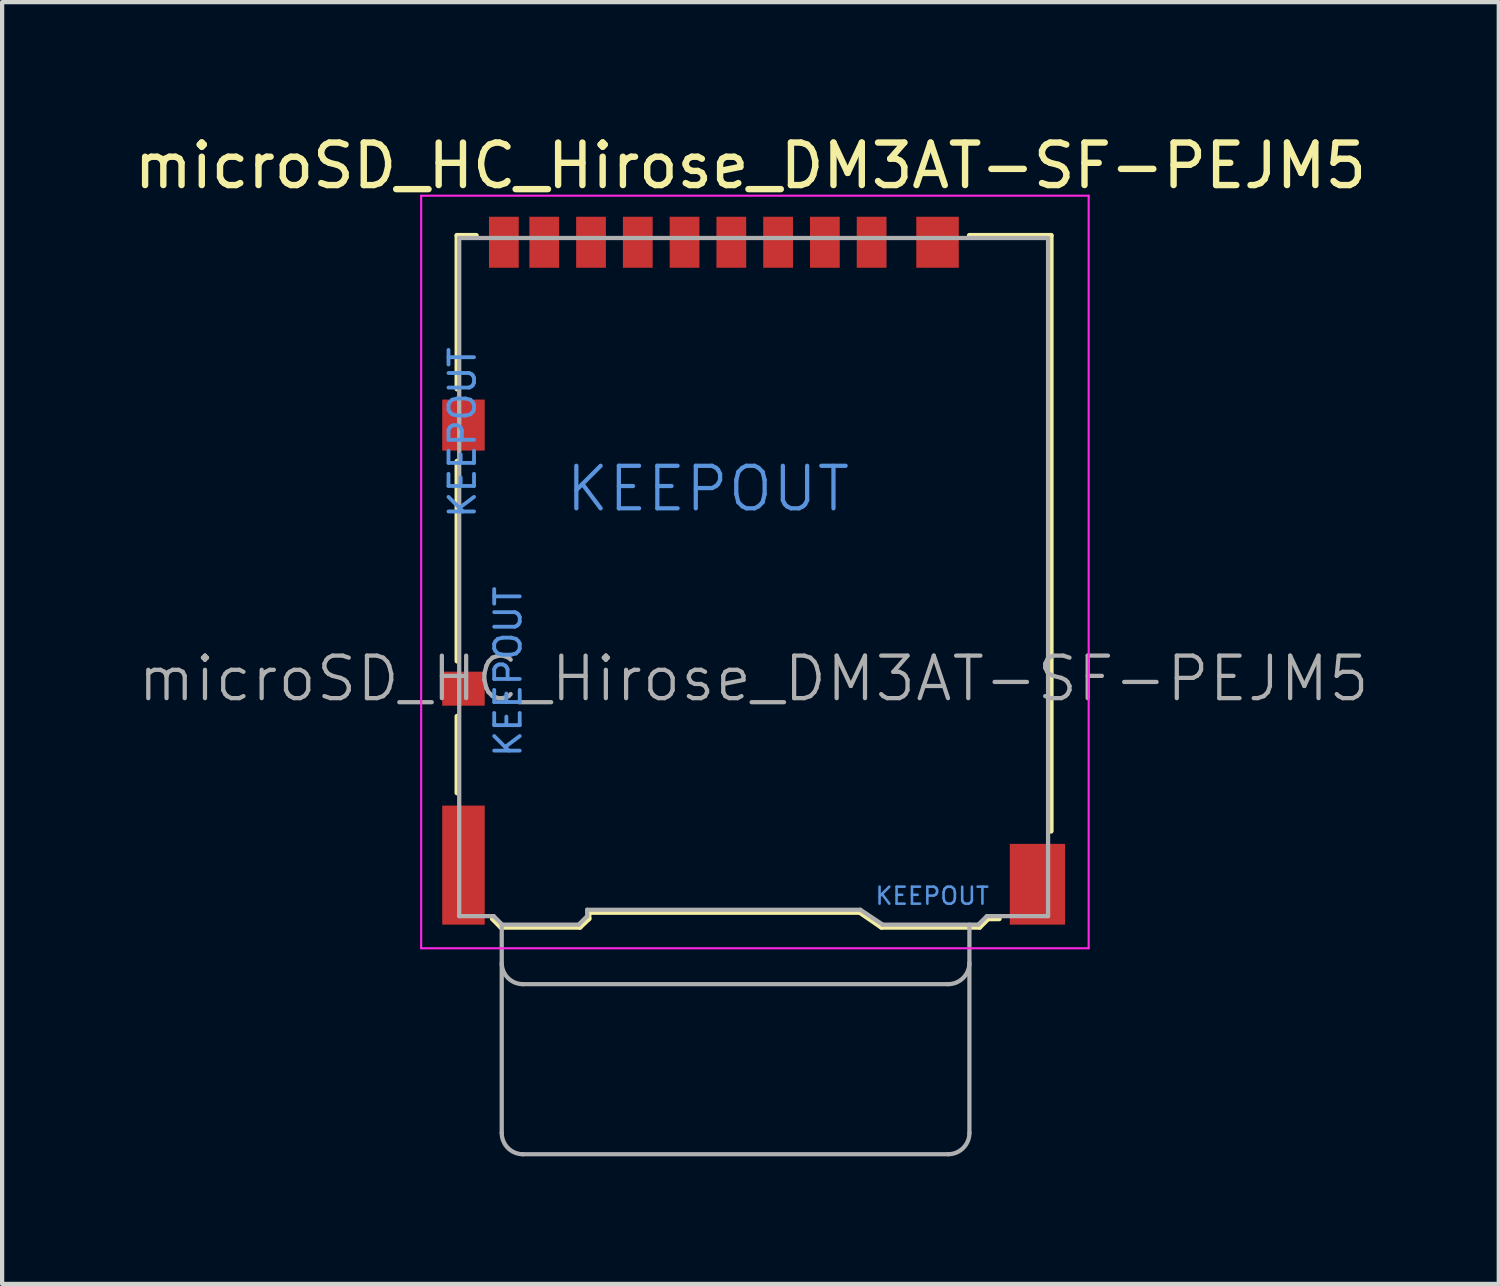
<source format=kicad_pcb>
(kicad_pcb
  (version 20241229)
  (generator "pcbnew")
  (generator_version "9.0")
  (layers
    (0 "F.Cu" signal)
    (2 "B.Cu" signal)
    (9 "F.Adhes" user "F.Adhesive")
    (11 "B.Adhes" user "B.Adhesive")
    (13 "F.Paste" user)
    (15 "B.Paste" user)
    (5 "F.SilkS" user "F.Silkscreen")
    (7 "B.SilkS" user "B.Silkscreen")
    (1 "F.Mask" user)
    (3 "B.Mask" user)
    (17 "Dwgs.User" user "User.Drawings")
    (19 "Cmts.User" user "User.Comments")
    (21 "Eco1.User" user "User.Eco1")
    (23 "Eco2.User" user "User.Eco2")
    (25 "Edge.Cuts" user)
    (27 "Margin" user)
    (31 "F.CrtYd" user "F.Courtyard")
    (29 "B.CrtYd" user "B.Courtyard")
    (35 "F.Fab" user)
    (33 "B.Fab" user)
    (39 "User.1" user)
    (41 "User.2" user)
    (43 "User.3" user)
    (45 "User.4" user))
  (footprint "microSD_HC_Hirose_DM3AT-SF-PEJM5"
    (layer "F.Cu")
    (at 14.676 10.373)
    (property "Reference" "microSD_HC_Hirose_DM3AT-SF-PEJM5" (at -0.075 -9.525 0) (layer "F.SilkS") (effects (font (size 1 1) (thickness 0.15))))
    (attr smd)
    (fp_line (start -6.975 -7.885) (end -6.975 -4.275) (stroke (width 0.12) (type solid)) (layer "F.SilkS"))
    (fp_line (start -6.975 -2.575) (end -6.975 2.125) (stroke (width 0.12) (type solid)) (layer "F.SilkS"))
    (fp_line (start -6.975 3.425) (end -6.975 5.225) (stroke (width 0.12) (type solid)) (layer "F.SilkS"))
    (fp_line (start -6.525 -7.885) (end -6.975 -7.885) (stroke (width 0.12) (type solid)) (layer "F.SilkS"))
    (fp_line (start -5.945 8.385) (end -6.145 8.185) (stroke (width 0.12) (type solid)) (layer "F.SilkS"))
    (fp_line (start -5.945 8.385) (end -4.085 8.385) (stroke (width 0.12) (type solid)) (layer "F.SilkS"))
    (fp_line (start -4.085 8.385) (end -3.875 8.185) (stroke (width 0.12) (type solid)) (layer "F.SilkS"))
    (fp_line (start -3.875 8.035) (end -3.875 8.185) (stroke (width 0.12) (type solid)) (layer "F.SilkS"))
    (fp_line (start -3.875 8.035) (end 2.495 8.035) (stroke (width 0.12) (type solid)) (layer "F.SilkS"))
    (fp_line (start 3.005 8.385) (end 2.495 8.035) (stroke (width 0.12) (type solid)) (layer "F.SilkS"))
    (fp_line (start 5.075 -7.885) (end 6.995 -7.885) (stroke (width 0.12) (type solid)) (layer "F.SilkS"))
    (fp_line (start 5.315 8.385) (end 3.005 8.385) (stroke (width 0.12) (type solid)) (layer "F.SilkS"))
    (fp_line (start 5.315 8.385) (end 5.515 8.185) (stroke (width 0.12) (type solid)) (layer "F.SilkS"))
    (fp_line (start 5.515 8.185) (end 5.775 8.185) (stroke (width 0.12) (type solid)) (layer "F.SilkS"))
    (fp_line (start 6.995 -7.885) (end 6.995 6.125) (stroke (width 0.12) (type solid)) (layer "F.SilkS"))
    (fp_line (start -7.82 -8.82) (end 7.88 -8.82) (stroke (width 0.05) (type solid)) (layer "F.CrtYd"))
    (fp_line (start -7.82 8.88) (end -7.82 -8.82) (stroke (width 0.05) (type solid)) (layer "F.CrtYd"))
    (fp_line (start 7.88 -8.82) (end 7.88 8.88) (stroke (width 0.05) (type solid)) (layer "F.CrtYd"))
    (fp_line (start 7.88 8.88) (end -7.82 8.88) (stroke (width 0.05) (type solid)) (layer "F.CrtYd"))
    (fp_line (start -6.925 8.125) (end -6.925 -7.825) (stroke (width 0.1) (type solid)) (layer "F.Fab"))
    (fp_line (start -6.115 8.125) (end -6.925 8.125) (stroke (width 0.1) (type solid)) (layer "F.Fab"))
    (fp_line (start -5.925 8.325) (end -5.925 13.225) (stroke (width 0.1) (type solid)) (layer "F.Fab"))
    (fp_line (start -5.915 8.325) (end -6.115 8.125) (stroke (width 0.1) (type solid)) (layer "F.Fab"))
    (fp_line (start -5.425 9.725) (end 4.575 9.725) (stroke (width 0.1) (type solid)) (layer "F.Fab"))
    (fp_line (start -5.425 13.725) (end 4.575 13.725) (stroke (width 0.1) (type solid)) (layer "F.Fab"))
    (fp_line (start -4.115 8.325) (end -5.915 8.325) (stroke (width 0.1) (type solid)) (layer "F.Fab"))
    (fp_line (start -3.915 8.125) (end -4.115 8.325) (stroke (width 0.1) (type solid)) (layer "F.Fab"))
    (fp_line (start -3.915 8.125) (end -3.915 7.975) (stroke (width 0.1) (type solid)) (layer "F.Fab"))
    (fp_line (start 2.51 7.975) (end -3.915 7.975) (stroke (width 0.1) (type solid)) (layer "F.Fab"))
    (fp_line (start 3.035 8.325) (end 2.51 7.975) (stroke (width 0.1) (type solid)) (layer "F.Fab"))
    (fp_line (start 5.075 13.225) (end 5.075 8.325) (stroke (width 0.1) (type solid)) (layer "F.Fab"))
    (fp_line (start 5.285 8.325) (end 3.035 8.325) (stroke (width 0.1) (type solid)) (layer "F.Fab"))
    (fp_line (start 5.285 8.325) (end 5.485 8.125) (stroke (width 0.1) (type solid)) (layer "F.Fab"))
    (fp_line (start 5.485 8.125) (end 6.925 8.125) (stroke (width 0.1) (type solid)) (layer "F.Fab"))
    (fp_line (start 6.925 -7.825) (end -6.925 -7.825) (stroke (width 0.1) (type solid)) (layer "F.Fab"))
    (fp_line (start 6.925 8.125) (end 6.925 -7.825) (stroke (width 0.1) (type solid)) (layer "F.Fab"))
    (fp_arc (start -5.425 9.725) (mid -5.778553 9.578553) (end -5.925 9.225) (stroke (width 0.1) (type solid)) (layer "F.Fab"))
    (fp_arc (start -5.425 13.725) (mid -5.778553 13.578553) (end -5.925 13.225) (stroke (width 0.1) (type solid)) (layer "F.Fab"))
    (fp_arc (start 5.075 9.225) (mid 4.928553 9.578553) (end 4.575 9.725) (stroke (width 0.1) (type solid)) (layer "F.Fab"))
    (fp_arc (start 5.075 13.225) (mid 4.928553 13.578553) (end 4.575 13.725) (stroke (width 0.1) (type solid)) (layer "F.Fab"))
    (fp_text user "KEEPOUT" (at -1.075 -1.925 0) (layer "Cmts.User") (effects (font (size 1 1) (thickness 0.1))))
    (fp_text user "KEEPOUT" (at -5.775 2.375 90) (layer "Cmts.User") (effects (font (size 0.6 0.6) (thickness 0.09))))
    (fp_text user "KEEPOUT" (at 4.2 7.65 0) (layer "Cmts.User") (effects (font (size 0.4 0.4) (thickness 0.06))))
    (fp_text user "KEEPOUT" (at -6.85 -3.25 90) (layer "Cmts.User") (effects (font (size 0.6 0.6) (thickness 0.09))))
    (fp_text user "${REFERENCE}" (at 0 2.54 0) (layer "F.Fab") (effects (font (size 1 1) (thickness 0.1))))
    (pad "1" smd rect (at 2.775 -7.725) (size 0.7 1.2) (layers "F.Cu" "F.Mask" "F.Paste"))
    (pad "2" smd rect (at 1.675 -7.725) (size 0.7 1.2) (layers "F.Cu" "F.Mask" "F.Paste"))
    (pad "3" smd rect (at 0.575 -7.725) (size 0.7 1.2) (layers "F.Cu" "F.Mask" "F.Paste"))
    (pad "4" smd rect (at -0.525 -7.725) (size 0.7 1.2) (layers "F.Cu" "F.Mask" "F.Paste"))
    (pad "5" smd rect (at -1.625 -7.725) (size 0.7 1.2) (layers "F.Cu" "F.Mask" "F.Paste"))
    (pad "6" smd rect (at -2.725 -7.725) (size 0.7 1.2) (layers "F.Cu" "F.Mask" "F.Paste"))
    (pad "7" smd rect (at -3.825 -7.725) (size 0.7 1.2) (layers "F.Cu" "F.Mask" "F.Paste"))
    (pad "8" smd rect (at -4.925 -7.725) (size 0.7 1.2) (layers "F.Cu" "F.Mask" "F.Paste"))
    (pad "9" smd rect (at -5.875 -7.725) (size 0.7 1.2) (layers "F.Cu" "F.Mask" "F.Paste"))
    (pad "10" smd rect (at -6.825 2.775) (size 1 0.8) (layers "F.Cu" "F.Mask" "F.Paste"))
    (pad "11" smd rect (at -6.825 -3.425) (size 1 1.2) (layers "F.Cu" "F.Mask" "F.Paste"))
    (pad "11" smd rect (at -6.825 6.925) (size 1 2.8) (layers "F.Cu" "F.Mask" "F.Paste"))
    (pad "11" smd rect (at 4.325 -7.725) (size 1 1.2) (layers "F.Cu" "F.Mask" "F.Paste"))
    (pad "11" smd rect (at 6.675 7.375) (size 1.3 1.9) (layers "F.Cu" "F.Mask" "F.Paste"))
    (zone (net_name "") (layer "F.Cu") (hatch full 0.508) (connect_pads) (min_thickness 0.254) (filled_areas_thickness no) (keepout (tracks not_allowed) (vias not_allowed) (pads not_allowed) (copperpour not_allowed) (footprints not_allowed)) (placement (enabled no)) (fill) (polygon (pts (xy 8.201 6.348) (xy 7.451 6.348) (xy 7.451 3.098) (xy 8.201 3.098))))
    (zone (net_name "") (layer "F.Cu") (hatch full 0.508) (connect_pads) (min_thickness 0.254) (filled_areas_thickness no) (keepout (tracks not_allowed) (vias not_allowed) (pads not_allowed) (copperpour not_allowed) (footprints not_allowed)) (placement (enabled no)) (fill) (polygon (pts (xy 8.201 11.148) (xy 7.451 11.148) (xy 7.451 7.548) (xy 8.201 7.548))))
    (zone (net_name "") (layer "F.Cu") (hatch full 0.508) (connect_pads) (min_thickness 0.254) (filled_areas_thickness no) (keepout (tracks not_allowed) (vias not_allowed) (pads not_allowed) (copperpour not_allowed) (footprints not_allowed)) (placement (enabled no)) (fill) (polygon (pts (xy 8.551 8.948) (xy 9.251 8.948) (xy 9.251 16.548) (xy 8.551 16.548))))
    (zone (net_name "") (layer "F.Cu") (hatch full 0.508) (connect_pads) (min_thickness 0.254) (filled_areas_thickness no) (keepout (tracks not_allowed) (vias not_allowed) (pads not_allowed) (copperpour not_allowed) (footprints not_allowed)) (placement (enabled no)) (fill) (polygon (pts (xy 17.601 17.348) (xy 20.151 17.348) (xy 20.151 18.698) (xy 17.601 18.698))))
    (zone (net_name "") (layer "F.Cu") (hatch full 0.508) (connect_pads) (min_thickness 0.254) (filled_areas_thickness no) (keepout (tracks not_allowed) (vias not_allowed) (pads not_allowed) (copperpour not_allowed) (footprints not_allowed)) (placement (enabled no)) (fill) (polygon (pts (xy 17.951 9.248) (xy 9.251 9.248) (xy 9.251 7.648) (xy 17.951 7.648)))))
  (gr_rect
    (start -3 -3)
    (end 32.202 27.148)
    (stroke (width 0.1) (type default))
    (fill no)
    (layer "Edge.Cuts")))
</source>
